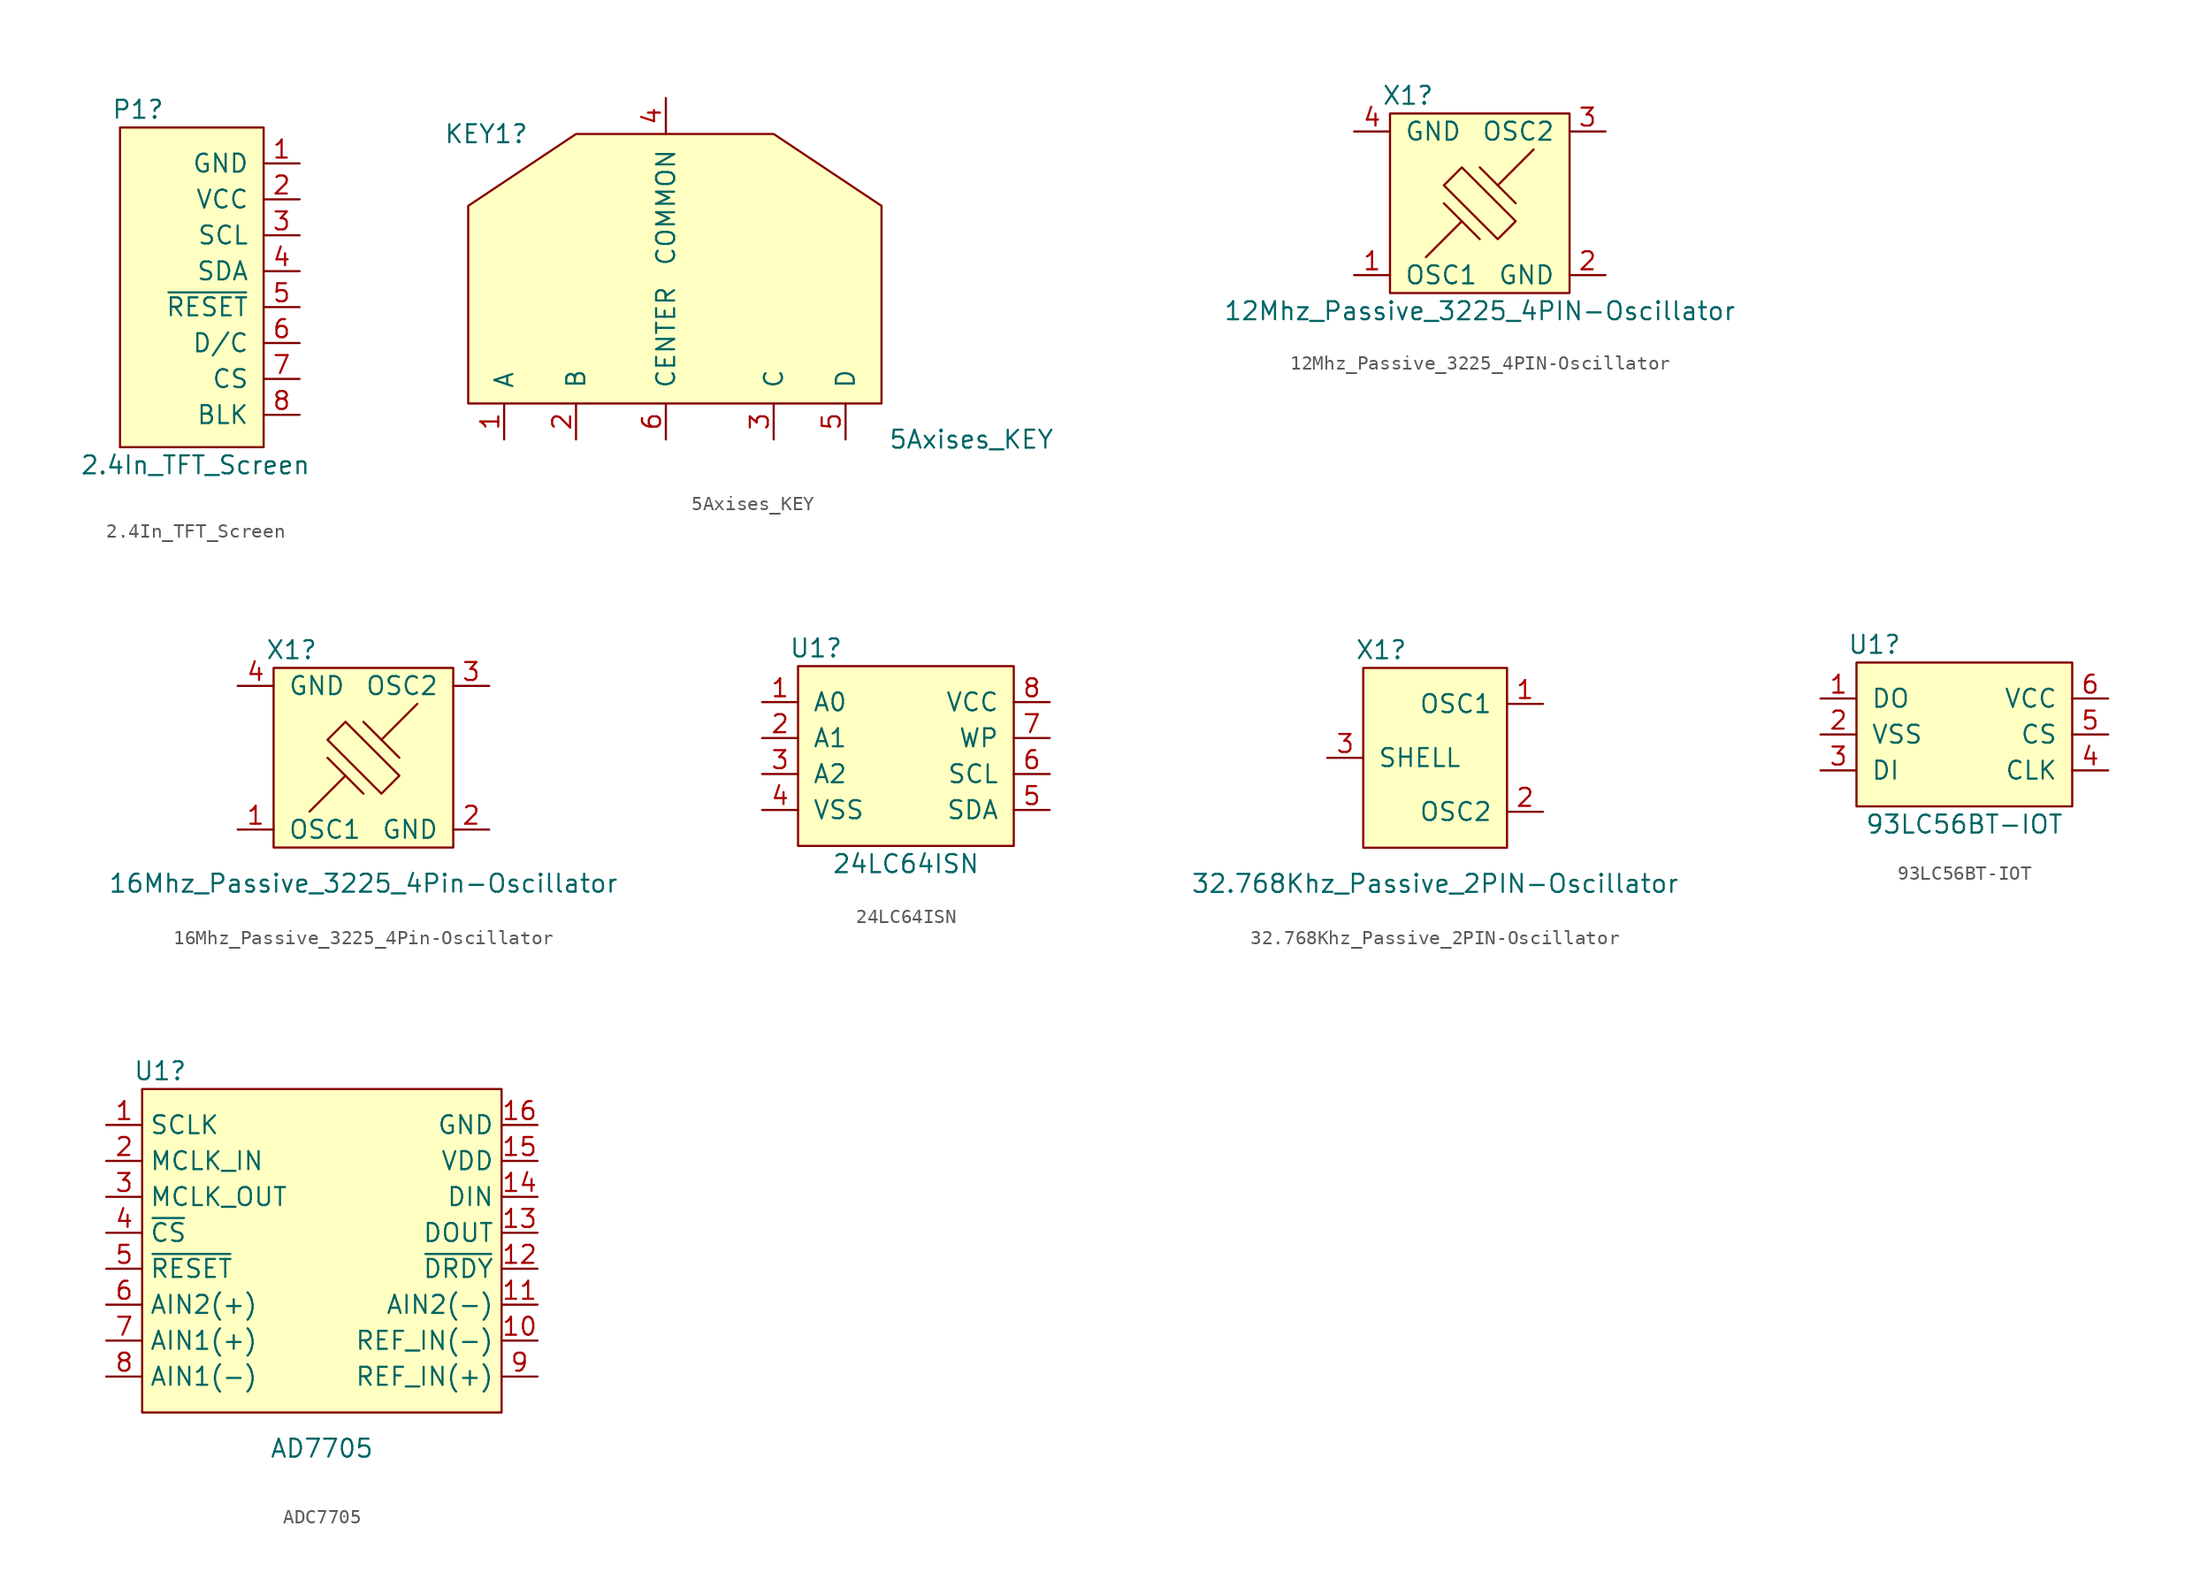
<source format=kicad_sym>
(kicad_symbol_lib
  (version 20220914)
  (generator kicad_symbol_editor)
  (symbol "2.4In_TFT_Screen"
    (pin_names
      (offset 1.016))
    (property "Reference" "P1"
      (at -8.89 12.7 0)
      (effects (font (size 1.27 1.27))))
    (property "Value" "2.4In_TFT_Screen"
      (at -4.826 -12.446 0)
      (effects (font (size 1.27 1.27))))
    (symbol "2.4In_TFT_Screen_0_1"
      (rectangle (start 0 11.43) (end -10.16 -11.176) (stroke (width 0) (type default)) (fill (type background))))
    (symbol "2.4In_TFT_Screen_1_1"
      (pin power_in line (at 2.54 8.89 180) (length 2.54) (name "GND" (effects (font (size 1.27 1.27)))) (number "1" (effects (font (size 1.27 1.27)))))
      (pin power_in line (at 2.54 6.35 180) (length 2.54) (name "VCC" (effects (font (size 1.27 1.27)))) (number "2" (effects (font (size 1.27 1.27)))))
      (pin input line (at 2.54 3.81 180) (length 2.54) (name "SCL" (effects (font (size 1.27 1.27)))) (number "3" (effects (font (size 1.27 1.27)))))
      (pin input line (at 2.54 1.27 180) (length 2.54) (name "SDA" (effects (font (size 1.27 1.27)))) (number "4" (effects (font (size 1.27 1.27)))))
      (pin input line (at 2.54 -1.27 180) (length 2.54) (name "~{RESET}" (effects (font (size 1.27 1.27)))) (number "5" (effects (font (size 1.27 1.27)))))
      (pin input line (at 2.54 -3.81 180) (length 2.54) (name "D/C" (effects (font (size 1.27 1.27)))) (number "6" (effects (font (size 1.27 1.27)))))
      (pin input line (at 2.54 -6.35 180) (length 2.54) (name "CS" (effects (font (size 1.27 1.27)))) (number "7" (effects (font (size 1.27 1.27)))))
      (pin input line (at 2.54 -8.89 180) (length 2.54) (name "BLK" (effects (font (size 1.27 1.27)))) (number "8" (effects (font (size 1.27 1.27)))))))
  (symbol "5Axises_KEY"
    (pin_names
      (offset 1.016))
    (property "Reference" "KEY1"
      (at -12.7 5.08 0)
      (effects (font (size 1.27 1.27))))
    (property "Value" "5Axises_KEY"
      (at 21.59 -16.51 0)
      (effects (font (size 1.27 1.27))))
    (symbol "5Axises_KEY_0_1"
      (polyline (pts (xy -6.35 5.08) (xy 7.62 5.08) (xy 15.24 0) (xy 15.24 -13.97) (xy -13.97 -13.97) (xy -13.97 0) (xy -6.35 5.08)) (stroke (width 0) (type default)) (fill (type background))))
    (symbol "5Axises_KEY_1_1"
      (pin passive line (at -11.43 -16.51 90) (length 2.54) (name "A" (effects (font (size 1.27 1.27)))) (number "1" (effects (font (size 1.27 1.27)))))
      (pin passive line (at -6.35 -16.51 90) (length 2.54) (name "B" (effects (font (size 1.27 1.27)))) (number "2" (effects (font (size 1.27 1.27)))))
      (pin passive line (at 7.62 -16.51 90) (length 2.54) (name "C" (effects (font (size 1.27 1.27)))) (number "3" (effects (font (size 1.27 1.27)))))
      (pin passive line (at 0 7.62 270) (length 2.54) (name "COMMON" (effects (font (size 1.27 1.27)))) (number "4" (effects (font (size 1.27 1.27)))))
      (pin passive line (at 12.7 -16.51 90) (length 2.54) (name "D" (effects (font (size 1.27 1.27)))) (number "5" (effects (font (size 1.27 1.27)))))
      (pin passive line (at 0 -16.51 90) (length 2.54) (name "CENTER" (effects (font (size 1.27 1.27)))) (number "6" (effects (font (size 1.27 1.27)))))))
  (symbol "12Mhz_Passive_3225_4PIN-Oscillator"
    (pin_names
      (offset 1.016))
    (property "Reference" "X1"
      (at -5.08 7.62 0)
      (effects (font (size 1.27 1.27))))
    (property "Value" "12Mhz_Passive_3225_4PIN-Oscillator"
      (at 0 -7.62 0)
      (effects (font (size 1.27 1.27))))
    (symbol "12Mhz_Passive_3225_4PIN-Oscillator_1_1"
      (rectangle (start -6.35 -6.35) (end 6.35 6.35) (stroke (width 0) (type default)) (fill (type background)))
      (polyline (pts (xy 0 -2.54) (xy -2.54 0)) (stroke (width 0) (type default)) (fill (type none)))
      (polyline (pts (xy 0 2.54) (xy 2.54 0)) (stroke (width 0) (type default)) (fill (type none)))
      (polyline (pts (xy 1.27 1.27) (xy 3.81 3.81)) (stroke (width 0) (type default)) (fill (type none)))
      (polyline (pts (xy -1.27 -1.27) (xy -3.81 -3.81) (xy -3.81 -3.81)) (stroke (width 0) (type default)) (fill (type none)))
      (polyline (pts (xy 1.27 -2.54) (xy -2.54 1.27) (xy -1.27 2.54) (xy 2.54 -1.27) (xy 1.27 -2.54)) (stroke (width 0) (type default)) (fill (type none)))
      (pin passive line (at -8.89 -5.08 0) (length 2.54) (name "OSC1" (effects (font (size 1.27 1.27)))) (number "1" (effects (font (size 1.27 1.27)))))
      (pin passive line (at 8.89 -5.08 180) (length 2.54) (name "GND" (effects (font (size 1.27 1.27)))) (number "2" (effects (font (size 1.27 1.27)))))
      (pin passive line (at 8.89 5.08 180) (length 2.54) (name "OSC2" (effects (font (size 1.27 1.27)))) (number "3" (effects (font (size 1.27 1.27)))))
      (pin passive line (at -8.89 5.08 0) (length 2.54) (name "GND" (effects (font (size 1.27 1.27)))) (number "4" (effects (font (size 1.27 1.27)))))))
  (symbol "16Mhz_Passive_3225_4Pin-Oscillator"
    (pin_names
      (offset 1.016))
    (property "Reference" "X1"
      (at -5.08 7.62 0)
      (effects (font (size 1.27 1.27))))
    (property "Value" "16Mhz_Passive_3225_4Pin-Oscillator"
      (at 0 -8.89 0)
      (effects (font (size 1.27 1.27))))
    (symbol "16Mhz_Passive_3225_4Pin-Oscillator_1_1"
      (rectangle (start -6.35 -6.35) (end 6.35 6.35) (stroke (width 0) (type default)) (fill (type background)))
      (polyline (pts (xy 0 -2.54) (xy -2.54 0)) (stroke (width 0) (type default)) (fill (type none)))
      (polyline (pts (xy 0 2.54) (xy 2.54 0)) (stroke (width 0) (type default)) (fill (type none)))
      (polyline (pts (xy 1.27 1.27) (xy 3.81 3.81)) (stroke (width 0) (type default)) (fill (type none)))
      (polyline (pts (xy -1.27 -1.27) (xy -3.81 -3.81) (xy -3.81 -3.81)) (stroke (width 0) (type default)) (fill (type none)))
      (polyline (pts (xy 1.27 -2.54) (xy -2.54 1.27) (xy -1.27 2.54) (xy 2.54 -1.27) (xy 1.27 -2.54)) (stroke (width 0) (type default)) (fill (type none)))
      (pin passive line (at -8.89 -5.08 0) (length 2.54) (name "OSC1" (effects (font (size 1.27 1.27)))) (number "1" (effects (font (size 1.27 1.27)))))
      (pin passive line (at 8.89 -5.08 180) (length 2.54) (name "GND" (effects (font (size 1.27 1.27)))) (number "2" (effects (font (size 1.27 1.27)))))
      (pin passive line (at 8.89 5.08 180) (length 2.54) (name "OSC2" (effects (font (size 1.27 1.27)))) (number "3" (effects (font (size 1.27 1.27)))))
      (pin passive line (at -8.89 5.08 0) (length 2.54) (name "GND" (effects (font (size 1.27 1.27)))) (number "4" (effects (font (size 1.27 1.27)))))))
  (symbol "24LC64ISN"
    (pin_names
      (offset 1.016))
    (property "Reference" "U1"
      (at -6.35 7.62 0)
      (effects (font (size 1.27 1.27))))
    (property "Value" "24LC64ISN"
      (at 0 -7.62 0)
      (effects (font (size 1.27 1.27))))
    (symbol "24LC64ISN_1_1"
      (rectangle (start -7.62 6.35) (end 7.62 -6.35) (stroke (width 0) (type default)) (fill (type background)))
      (pin input line (at -10.16 3.81 0) (length 2.54) (name "A0" (effects (font (size 1.27 1.27)))) (number "1" (effects (font (size 1.27 1.27)))))
      (pin input line (at -10.16 1.27 0) (length 2.54) (name "A1" (effects (font (size 1.27 1.27)))) (number "2" (effects (font (size 1.27 1.27)))))
      (pin input line (at -10.16 -1.27 0) (length 2.54) (name "A2" (effects (font (size 1.27 1.27)))) (number "3" (effects (font (size 1.27 1.27)))))
      (pin power_in line (at -10.16 -3.81 0) (length 2.54) (name "VSS" (effects (font (size 1.27 1.27)))) (number "4" (effects (font (size 1.27 1.27)))))
      (pin bidirectional line (at 10.16 -3.81 180) (length 2.54) (name "SDA" (effects (font (size 1.27 1.27)))) (number "5" (effects (font (size 1.27 1.27)))))
      (pin bidirectional line (at 10.16 -1.27 180) (length 2.54) (name "SCL" (effects (font (size 1.27 1.27)))) (number "6" (effects (font (size 1.27 1.27)))))
      (pin bidirectional line (at 10.16 1.27 180) (length 2.54) (name "WP" (effects (font (size 1.27 1.27)))) (number "7" (effects (font (size 1.27 1.27)))))
      (pin power_in line (at 10.16 3.81 180) (length 2.54) (name "VCC" (effects (font (size 1.27 1.27)))) (number "8" (effects (font (size 1.27 1.27)))))))
  (symbol "32.768Khz_Passive_2PIN-Oscillator"
    (pin_names
      (offset 1.016))
    (property "Reference" "X1"
      (at -3.81 7.62 0)
      (effects (font (size 1.27 1.27))))
    (property "Value" "32.768Khz_Passive_2PIN-Oscillator"
      (at 0 -8.89 0)
      (effects (font (size 1.27 1.27))))
    (symbol "32.768Khz_Passive_2PIN-Oscillator_0_1"
      (rectangle (start -5.08 6.35) (end 5.08 -6.35) (stroke (width 0) (type default)) (fill (type background))))
    (symbol "32.768Khz_Passive_2PIN-Oscillator_1_1"
      (pin passive line (at 7.62 3.81 180) (length 2.54) (name "OSC1" (effects (font (size 1.27 1.27)))) (number "1" (effects (font (size 1.27 1.27)))))
      (pin passive line (at 7.62 -3.81 180) (length 2.54) (name "OSC2" (effects (font (size 1.27 1.27)))) (number "2" (effects (font (size 1.27 1.27)))))
      (pin passive line (at -7.62 0 0) (length 2.54) (name "SHELL" (effects (font (size 1.27 1.27)))) (number "3" (effects (font (size 1.27 1.27)))))))
  (symbol "93LC56BT-IOT"
    (pin_names
      (offset 1.016))
    (property "Reference" "U1"
      (at -6.35 6.35 0)
      (effects (font (size 1.27 1.27))))
    (property "Value" "93LC56BT-IOT"
      (at 0 -6.35 0)
      (effects (font (size 1.27 1.27))))
    (symbol "93LC56BT-IOT_0_1"
      (rectangle (start -7.62 5.08) (end 7.62 -5.08) (stroke (width 0) (type default)) (fill (type background))))
    (symbol "93LC56BT-IOT_1_1"
      (pin passive line (at -10.16 2.54 0) (length 2.54) (name "DO" (effects (font (size 1.27 1.27)))) (number "1" (effects (font (size 1.27 1.27)))))
      (pin passive line (at -10.16 0 0) (length 2.54) (name "VSS" (effects (font (size 1.27 1.27)))) (number "2" (effects (font (size 1.27 1.27)))))
      (pin passive line (at -10.16 -2.54 0) (length 2.54) (name "DI" (effects (font (size 1.27 1.27)))) (number "3" (effects (font (size 1.27 1.27)))))
      (pin passive line (at 10.16 -2.54 180) (length 2.54) (name "CLK" (effects (font (size 1.27 1.27)))) (number "4" (effects (font (size 1.27 1.27)))))
      (pin passive line (at 10.16 0 180) (length 2.54) (name "CS" (effects (font (size 1.27 1.27)))) (number "5" (effects (font (size 1.27 1.27)))))
      (pin passive line (at 10.16 2.54 180) (length 2.54) (name "VCC" (effects (font (size 1.27 1.27)))) (number "6" (effects (font (size 1.27 1.27)))))))
  (symbol "ADC7705"
    (property "Reference" "U1"
      (at -11.43 12.7 0)
      (effects (font (size 1.27 1.27))))
    (property "Value" "AD7705"
      (at 0 -13.97 0)
      (effects (font (size 1.27 1.27))))
    (symbol "ADC7705_0_1"
      (rectangle (start -12.7 11.43) (end 12.7 -11.43) (stroke (width 0) (type default)) (fill (type background))))
    (symbol "ADC7705_1_1"
      (pin bidirectional line (at -15.24 8.89 0) (length 2.54) (name "SCLK" (effects (font (size 1.27 1.27)))) (number "1" (effects (font (size 1.27 1.27)))))
      (pin power_in line (at 15.24 -6.35 180) (length 2.54) (name "REF_IN(-)" (effects (font (size 1.27 1.27)))) (number "10" (effects (font (size 1.27 1.27)))))
      (pin power_in line (at 15.24 -3.81 180) (length 2.54) (name "AIN2(-)" (effects (font (size 1.27 1.27)))) (number "11" (effects (font (size 1.27 1.27)))))
      (pin power_in line (at 15.24 -1.27 180) (length 2.54) (name "~{DRDY}" (effects (font (size 1.27 1.27)))) (number "12" (effects (font (size 1.27 1.27)))))
      (pin power_in line (at 15.24 1.27 180) (length 2.54) (name "DOUT" (effects (font (size 1.27 1.27)))) (number "13" (effects (font (size 1.27 1.27)))))
      (pin power_in line (at 15.24 3.81 180) (length 2.54) (name "DIN" (effects (font (size 1.27 1.27)))) (number "14" (effects (font (size 1.27 1.27)))))
      (pin power_in line (at 15.24 6.35 180) (length 2.54) (name "VDD" (effects (font (size 1.27 1.27)))) (number "15" (effects (font (size 1.27 1.27)))))
      (pin power_in line (at 15.24 8.89 180) (length 2.54) (name "GND" (effects (font (size 1.27 1.27)))) (number "16" (effects (font (size 1.27 1.27)))))
      (pin power_in line (at -15.24 6.35 0) (length 2.54) (name "MCLK_IN" (effects (font (size 1.27 1.27)))) (number "2" (effects (font (size 1.27 1.27)))))
      (pin power_in line (at -15.24 3.81 0) (length 2.54) (name "MCLK_OUT" (effects (font (size 1.27 1.27)))) (number "3" (effects (font (size 1.27 1.27)))))
      (pin bidirectional line (at -15.24 1.27 0) (length 2.54) (name "~{CS}" (effects (font (size 1.27 1.27)))) (number "4" (effects (font (size 1.27 1.27)))))
      (pin power_in line (at -15.24 -1.27 0) (length 2.54) (name "~{RESET}" (effects (font (size 1.27 1.27)))) (number "5" (effects (font (size 1.27 1.27)))))
      (pin power_in line (at -15.24 -3.81 0) (length 2.54) (name "AIN2(+)" (effects (font (size 1.27 1.27)))) (number "6" (effects (font (size 1.27 1.27)))))
      (pin power_in line (at -15.24 -6.35 0) (length 2.54) (name "AIN1(+)" (effects (font (size 1.27 1.27)))) (number "7" (effects (font (size 1.27 1.27)))))
      (pin power_in line (at -15.24 -8.89 0) (length 2.54) (name "AIN1(-)" (effects (font (size 1.27 1.27)))) (number "8" (effects (font (size 1.27 1.27)))))
      (pin power_in line (at 15.24 -8.89 180) (length 2.54) (name "REF_IN(+)" (effects (font (size 1.27 1.27)))) (number "9" (effects (font (size 1.27 1.27))))))))
</source>
